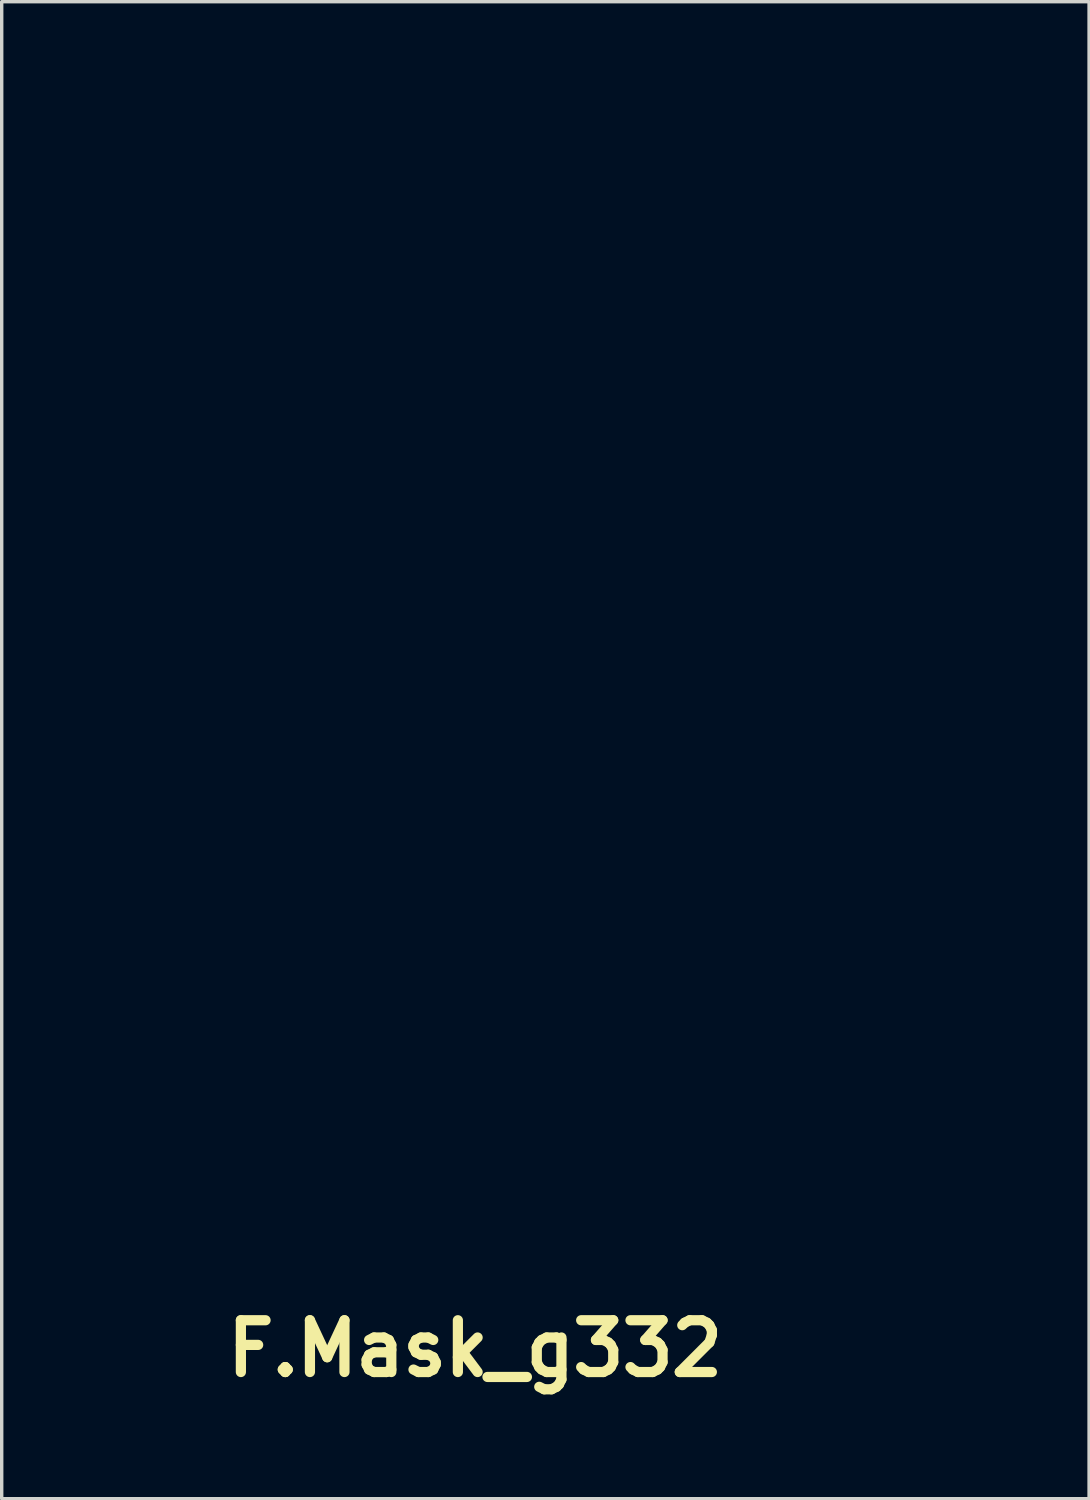
<source format=kicad_pcb>
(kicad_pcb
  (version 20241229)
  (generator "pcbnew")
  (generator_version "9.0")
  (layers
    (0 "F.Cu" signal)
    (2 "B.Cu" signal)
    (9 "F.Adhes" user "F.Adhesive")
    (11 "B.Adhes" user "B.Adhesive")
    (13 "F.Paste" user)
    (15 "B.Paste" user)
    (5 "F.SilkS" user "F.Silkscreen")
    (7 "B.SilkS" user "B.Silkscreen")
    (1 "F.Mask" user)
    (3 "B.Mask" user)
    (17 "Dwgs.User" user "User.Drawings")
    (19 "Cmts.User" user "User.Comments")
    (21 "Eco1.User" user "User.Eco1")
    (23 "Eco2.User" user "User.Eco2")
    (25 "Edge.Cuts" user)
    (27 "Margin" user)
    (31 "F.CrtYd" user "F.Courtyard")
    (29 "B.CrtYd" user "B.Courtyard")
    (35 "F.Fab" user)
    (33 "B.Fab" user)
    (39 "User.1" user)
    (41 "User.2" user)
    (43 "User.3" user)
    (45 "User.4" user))
  (footprint "F.Mask_g332"
    (layer "F.Cu")
    (at 10.934 36.641)
    (property "Reference" "F.Mask_g332" (at 0 0 0) (layer "F.SilkS") (effects (font (size 1.524 1.524) (thickness 0.3))))
    (attr through_hole)
    (fp_poly (pts (xy 0.179 -31.048) (xy 0.417 -31.043) (xy 0.606 -31.033) (xy 0.762 -31.017) (xy 0.903 -30.993) (xy 1.047 -30.961) (xy 1.066 -30.956) (xy 1.465 -30.839) (xy 1.809 -30.704) (xy 2.089 -30.555) (xy 2.299 -30.395) (xy 2.416 -30.254) (xy 2.455 -30.173) (xy 2.48 -30.073) (xy 2.493 -29.934) (xy 2.497 -29.734) (xy 2.498 -29.686) (xy 2.496 -29.506) (xy 2.493 -29.363) (xy 2.489 -29.273) (xy 2.485 -29.252) (xy 2.387 -29.246) (xy 2.218 -29.228) (xy 1.988 -29.199) (xy 1.71 -29.162) (xy 1.395 -29.118) (xy 1.054 -29.07) (xy 0.699 -29.018) (xy 0.342 -28.964) (xy -0.005 -28.91) (xy -0.331 -28.858) (xy -0.625 -28.809) (xy -0.874 -28.765) (xy -0.889 -28.762) (xy -1.152 -28.714) (xy -1.344 -28.679) (xy -1.478 -28.656) (xy -1.567 -28.642) (xy -1.623 -28.637) (xy -1.658 -28.638) (xy -1.686 -28.643) (xy -1.704 -28.648) (xy -1.735 -28.655) (xy -1.757 -28.668) (xy -1.769 -28.7) (xy -1.773 -28.763) (xy -1.769 -28.869) (xy -1.758 -29.033) (xy -1.74 -29.265) (xy -1.736 -29.32) (xy -1.701 -29.737) (xy -1.666 -30.076) (xy -1.632 -30.343) (xy -1.596 -30.544) (xy -1.558 -30.687) (xy -1.521 -30.771) (xy -1.452 -30.857) (xy -1.355 -30.925) (xy -1.22 -30.976) (xy -1.039 -31.012) (xy -0.801 -31.035) (xy -0.498 -31.047) (xy -0.127 -31.05) (xy 0.179 -31.048)) (stroke (width 0.01) (type solid)) (fill yes) (layer "F.Mask"))
    (fp_poly (pts (xy -0.137 -15.314) (xy 0.042 -15.306) (xy 0.596 -15.265) (xy 1.074 -15.193) (xy 1.48 -15.09) (xy 1.748 -14.987) (xy 1.908 -14.905) (xy 2.038 -14.809) (xy 2.168 -14.676) (xy 2.252 -14.576) (xy 2.574 -14.125) (xy 2.835 -13.637) (xy 3.04 -13.1) (xy 3.194 -12.503) (xy 3.204 -12.457) (xy 3.238 -12.222) (xy 3.263 -11.922) (xy 3.278 -11.578) (xy 3.284 -11.21) (xy 3.28 -10.838) (xy 3.267 -10.48) (xy 3.244 -10.159) (xy 3.212 -9.893) (xy 3.203 -9.842) (xy 3.11 -9.477) (xy 2.97 -9.105) (xy 2.792 -8.743) (xy 2.587 -8.41) (xy 2.364 -8.124) (xy 2.134 -7.901) (xy 2.1 -7.875) (xy 1.841 -7.705) (xy 1.548 -7.549) (xy 1.252 -7.423) (xy 0.984 -7.341) (xy 0.979 -7.34) (xy 0.848 -7.321) (xy 0.648 -7.303) (xy 0.394 -7.288) (xy 0.1 -7.275) (xy -0.217 -7.265) (xy -0.544 -7.258) (xy -0.865 -7.255) (xy -1.164 -7.256) (xy -1.428 -7.261) (xy -1.639 -7.271) (xy -1.693 -7.275) (xy -1.948 -7.314) (xy -2.18 -7.391) (xy -2.408 -7.515) (xy -2.648 -7.694) (xy -2.893 -7.916) (xy -3.307 -8.358) (xy -3.639 -8.817) (xy -3.892 -9.297) (xy -4.067 -9.802) (xy -4.165 -10.338) (xy -4.189 -10.909) (xy -4.139 -11.52) (xy -4.126 -11.609) (xy -4.036 -12.111) (xy -3.922 -12.557) (xy -3.774 -12.973) (xy -3.584 -13.386) (xy -3.365 -13.783) (xy -3.207 -14.04) (xy -3.064 -14.24) (xy -2.919 -14.396) (xy -2.754 -14.527) (xy -2.549 -14.647) (xy -2.287 -14.774) (xy -2.201 -14.812) (xy -1.942 -14.921) (xy -1.654 -15.029) (xy -1.371 -15.126) (xy -1.129 -15.199) (xy -1.122 -15.201) (xy -0.926 -15.252) (xy -0.772 -15.287) (xy -0.639 -15.309) (xy -0.504 -15.319) (xy -0.344 -15.32) (xy -0.137 -15.314)) (stroke (width 0.01) (type solid)) (fill yes) (layer "F.Mask"))
    (fp_poly (pts (xy 12.314 -15.396) (xy 12.72 -15.356) (xy 13.08 -15.284) (xy 13.413 -15.178) (xy 13.589 -15.105) (xy 13.745 -15.027) (xy 13.866 -14.941) (xy 13.978 -14.825) (xy 14.079 -14.698) (xy 14.384 -14.257) (xy 14.616 -13.827) (xy 14.77 -13.434) (xy 14.854 -13.169) (xy 14.918 -12.937) (xy 14.967 -12.72) (xy 15.002 -12.501) (xy 15.027 -12.259) (xy 15.044 -11.977) (xy 15.055 -11.636) (xy 15.059 -11.489) (xy 15.064 -11.008) (xy 15.056 -10.597) (xy 15.032 -10.243) (xy 14.989 -9.931) (xy 14.925 -9.648) (xy 14.837 -9.379) (xy 14.723 -9.112) (xy 14.59 -8.848) (xy 14.415 -8.543) (xy 14.248 -8.302) (xy 14.071 -8.107) (xy 13.866 -7.941) (xy 13.615 -7.786) (xy 13.42 -7.683) (xy 13.266 -7.607) (xy 13.13 -7.546) (xy 13 -7.498) (xy 12.864 -7.461) (xy 12.711 -7.435) (xy 12.528 -7.416) (xy 12.303 -7.403) (xy 12.025 -7.394) (xy 11.682 -7.388) (xy 11.43 -7.385) (xy 11.106 -7.382) (xy 10.805 -7.382) (xy 10.537 -7.384) (xy 10.314 -7.388) (xy 10.15 -7.394) (xy 10.056 -7.402) (xy 10.045 -7.404) (xy 9.847 -7.482) (xy 9.619 -7.615) (xy 9.382 -7.79) (xy 9.153 -7.992) (xy 9.033 -8.117) (xy 8.675 -8.547) (xy 8.386 -8.974) (xy 8.164 -9.407) (xy 8.006 -9.854) (xy 7.912 -10.326) (xy 7.877 -10.832) (xy 7.901 -11.379) (xy 7.981 -11.979) (xy 8.05 -12.34) (xy 8.164 -12.773) (xy 8.333 -13.22) (xy 8.563 -13.696) (xy 8.666 -13.885) (xy 8.821 -14.15) (xy 8.962 -14.354) (xy 9.108 -14.516) (xy 9.276 -14.651) (xy 9.484 -14.777) (xy 9.752 -14.911) (xy 9.8 -14.933) (xy 10.043 -15.04) (xy 10.302 -15.144) (xy 10.548 -15.233) (xy 10.75 -15.297) (xy 10.758 -15.299) (xy 10.928 -15.342) (xy 11.078 -15.373) (xy 11.23 -15.392) (xy 11.406 -15.404) (xy 11.628 -15.408) (xy 11.845 -15.409) (xy 12.314 -15.396)) (stroke (width 0.01) (type solid)) (fill yes) (layer "F.Mask"))
    (fp_poly (pts (xy 9.234 -35.54) (xy 9.502 -35.429) (xy 9.732 -35.242) (xy 9.925 -34.982) (xy 10.029 -34.772) (xy 10.203 -34.302) (xy 10.359 -33.762) (xy 10.493 -33.166) (xy 10.605 -32.526) (xy 10.692 -31.857) (xy 10.752 -31.172) (xy 10.784 -30.484) (xy 10.784 -29.806) (xy 10.781 -29.697) (xy 10.766 -29.326) (xy 10.742 -28.962) (xy 10.712 -28.618) (xy 10.678 -28.306) (xy 10.64 -28.039) (xy 10.6 -27.832) (xy 10.56 -27.697) (xy 10.503 -27.606) (xy 10.418 -27.566) (xy 10.296 -27.576) (xy 10.124 -27.637) (xy 10.005 -27.692) (xy 9.783 -27.788) (xy 9.491 -27.9) (xy 9.142 -28.023) (xy 8.747 -28.154) (xy 8.32 -28.29) (xy 7.872 -28.425) (xy 7.416 -28.558) (xy 6.965 -28.683) (xy 6.531 -28.799) (xy 6.126 -28.9) (xy 5.764 -28.983) (xy 5.455 -29.044) (xy 5.362 -29.06) (xy 5.174 -29.093) (xy 5.01 -29.128) (xy 4.893 -29.16) (xy 4.857 -29.174) (xy 4.798 -29.21) (xy 4.807 -29.238) (xy 4.871 -29.273) (xy 4.95 -29.305) (xy 5.091 -29.353) (xy 5.275 -29.413) (xy 5.482 -29.477) (xy 5.503 -29.483) (xy 5.844 -29.589) (xy 6.105 -29.679) (xy 6.289 -29.755) (xy 6.398 -29.817) (xy 6.435 -29.868) (xy 6.435 -29.869) (xy 6.417 -29.926) (xy 6.354 -29.961) (xy 6.233 -29.976) (xy 6.082 -29.977) (xy 5.827 -29.952) (xy 5.507 -29.884) (xy 5.128 -29.777) (xy 4.698 -29.632) (xy 4.521 -29.566) (xy 4.154 -29.431) (xy 3.855 -29.331) (xy 3.618 -29.269) (xy 3.432 -29.248) (xy 3.291 -29.268) (xy 3.185 -29.332) (xy 3.106 -29.442) (xy 3.045 -29.601) (xy 2.995 -29.809) (xy 2.97 -29.936) (xy 2.918 -30.231) (xy 2.89 -30.466) (xy 2.891 -30.66) (xy 2.924 -30.834) (xy 2.994 -31.008) (xy 3.106 -31.201) (xy 3.265 -31.434) (xy 3.332 -31.528) (xy 3.682 -31.981) (xy 4.097 -32.453) (xy 4.56 -32.931) (xy 5.058 -33.401) (xy 5.576 -33.85) (xy 6.1 -34.262) (xy 6.598 -34.615) (xy 6.971 -34.846) (xy 7.356 -35.055) (xy 7.741 -35.237) (xy 8.11 -35.385) (xy 8.451 -35.494) (xy 8.751 -35.559) (xy 8.932 -35.575) (xy 9.234 -35.54)) (stroke (width 0.01) (type solid)) (fill yes) (layer "F.Mask"))
    (fp_poly (pts (xy -8.228 -36.6) (xy -8.001 -36.535) (xy -7.475 -36.314) (xy -6.939 -36.027) (xy -6.418 -35.687) (xy -5.931 -35.308) (xy -5.905 -35.286) (xy -5.703 -35.104) (xy -5.459 -34.875) (xy -5.187 -34.611) (xy -4.9 -34.326) (xy -4.611 -34.032) (xy -4.332 -33.744) (xy -4.077 -33.473) (xy -3.858 -33.234) (xy -3.69 -33.041) (xy -3.437 -32.722) (xy -3.187 -32.379) (xy -2.948 -32.025) (xy -2.726 -31.672) (xy -2.531 -31.334) (xy -2.37 -31.022) (xy -2.25 -30.75) (xy -2.186 -30.56) (xy -2.16 -30.398) (xy -2.153 -30.2) (xy -2.161 -29.984) (xy -2.184 -29.768) (xy -2.218 -29.57) (xy -2.261 -29.408) (xy -2.311 -29.301) (xy -2.348 -29.268) (xy -2.405 -29.268) (xy -2.5 -29.3) (xy -2.64 -29.37) (xy -2.832 -29.48) (xy -3.083 -29.634) (xy -3.16 -29.682) (xy -3.556 -29.916) (xy -3.951 -30.123) (xy -4.333 -30.296) (xy -4.689 -30.43) (xy -5.004 -30.519) (xy -5.217 -30.554) (xy -5.36 -30.563) (xy -5.44 -30.553) (xy -5.479 -30.521) (xy -5.486 -30.506) (xy -5.495 -30.451) (xy -5.471 -30.399) (xy -5.405 -30.343) (xy -5.286 -30.279) (xy -5.107 -30.199) (xy -4.856 -30.098) (xy -4.855 -30.097) (xy -4.38 -29.898) (xy -3.922 -29.681) (xy -3.504 -29.459) (xy -3.147 -29.241) (xy -3.144 -29.238) (xy -2.956 -29.102) (xy -2.781 -28.953) (xy -2.632 -28.806) (xy -2.521 -28.673) (xy -2.462 -28.568) (xy -2.455 -28.535) (xy -2.485 -28.465) (xy -2.578 -28.392) (xy -2.741 -28.312) (xy -2.98 -28.224) (xy -3.069 -28.194) (xy -3.924 -27.874) (xy -4.757 -27.477) (xy -5.552 -27.013) (xy -5.652 -26.948) (xy -6.094 -26.644) (xy -6.516 -26.329) (xy -6.929 -25.991) (xy -7.344 -25.622) (xy -7.774 -25.21) (xy -8.231 -24.745) (xy -8.566 -24.39) (xy -8.769 -24.172) (xy -8.955 -23.977) (xy -9.114 -23.812) (xy -9.24 -23.685) (xy -9.323 -23.605) (xy -9.357 -23.58) (xy -9.399 -23.612) (xy -9.47 -23.695) (xy -9.526 -23.772) (xy -9.675 -24.021) (xy -9.831 -24.342) (xy -9.989 -24.72) (xy -10.145 -25.144) (xy -10.296 -25.6) (xy -10.437 -26.075) (xy -10.563 -26.557) (xy -10.672 -27.032) (xy -10.758 -27.488) (xy -10.792 -27.707) (xy -10.873 -28.443) (xy -10.918 -29.223) (xy -10.929 -30.024) (xy -10.904 -30.823) (xy -10.845 -31.596) (xy -10.752 -32.32) (xy -10.729 -32.457) (xy -10.626 -32.987) (xy -10.5 -33.525) (xy -10.357 -34.055) (xy -10.201 -34.559) (xy -10.038 -35.019) (xy -9.873 -35.421) (xy -9.798 -35.579) (xy -9.626 -35.885) (xy -9.434 -36.154) (xy -9.235 -36.371) (xy -9.04 -36.523) (xy -9.002 -36.544) (xy -8.782 -36.617) (xy -8.517 -36.636) (xy -8.228 -36.6)) (stroke (width 0.01) (type solid)) (fill yes) (layer "F.Mask")))
  (gr_rect
    (start -3 -3)
    (end 29.003 41.059)
    (stroke (width 0.1) (type default))
    (fill no)
    (layer "Edge.Cuts")))
</source>
